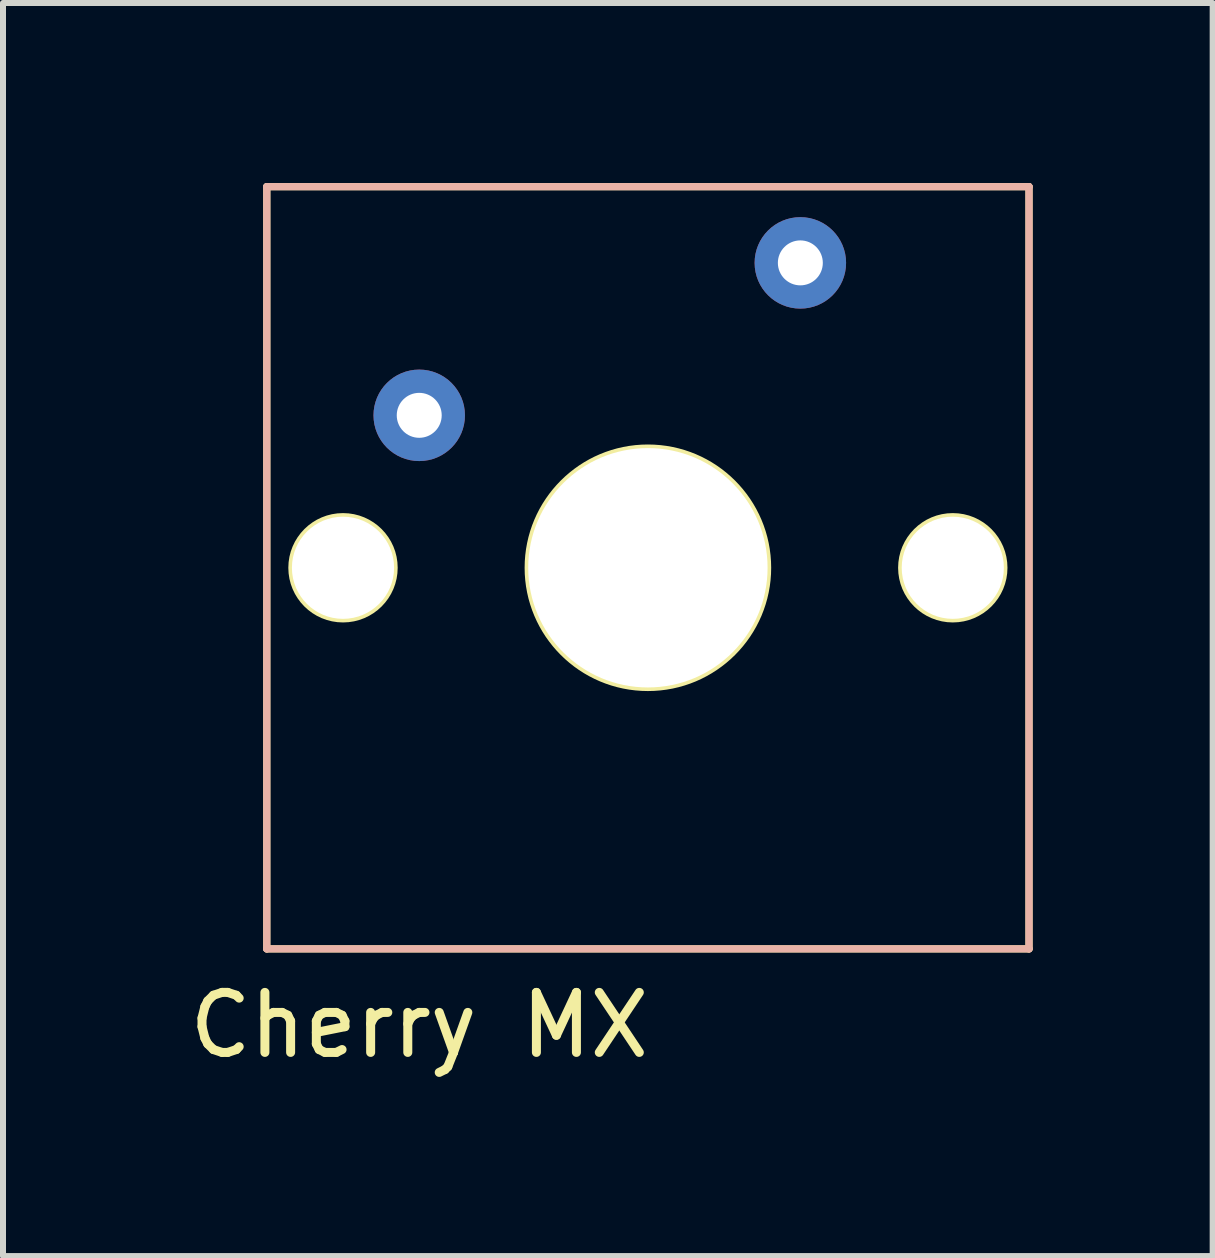
<source format=kicad_pcb>
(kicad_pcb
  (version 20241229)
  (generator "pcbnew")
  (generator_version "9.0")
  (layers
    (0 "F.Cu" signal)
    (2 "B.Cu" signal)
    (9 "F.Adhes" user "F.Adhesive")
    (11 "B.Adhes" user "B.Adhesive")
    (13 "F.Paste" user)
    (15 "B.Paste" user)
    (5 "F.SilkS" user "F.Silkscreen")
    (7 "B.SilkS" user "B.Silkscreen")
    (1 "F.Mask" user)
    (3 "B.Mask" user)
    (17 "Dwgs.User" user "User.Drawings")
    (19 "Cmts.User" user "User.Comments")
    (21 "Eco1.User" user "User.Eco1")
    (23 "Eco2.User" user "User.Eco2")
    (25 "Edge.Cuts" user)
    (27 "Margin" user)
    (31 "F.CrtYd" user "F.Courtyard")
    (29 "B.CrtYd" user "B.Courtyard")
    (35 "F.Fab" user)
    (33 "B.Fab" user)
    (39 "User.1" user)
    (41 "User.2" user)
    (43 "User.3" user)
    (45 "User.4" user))
  (footprint "Cherry MX"
    (layer "F.Cu")
    (at 7.745 6.41)
    (property "Reference" "Cherry MX" (at -3.81 7.62 0) (layer "F.SilkS") (effects (font (size 1 1) (thickness 0.15))))
    (attr through_hole)
    (fp_line (start -6.35 -6.35) (end -6.35 6.35) (stroke (width 0.12) (type solid)) (layer "F.SilkS"))
    (fp_line (start -6.35 6.35) (end 6.35 6.35) (stroke (width 0.12) (type solid)) (layer "F.SilkS"))
    (fp_line (start 6.35 -6.35) (end -6.35 -6.35) (stroke (width 0.12) (type solid)) (layer "F.SilkS"))
    (fp_line (start 6.35 6.35) (end 6.35 -6.35) (stroke (width 0.12) (type solid)) (layer "F.SilkS"))
    (fp_circle (center -5.08 0) (end -4.229 0) (stroke (width 0.12) (type solid)) (fill no) (layer "F.SilkS"))
    (fp_circle (center 0 0) (end 1.994 0) (stroke (width 0.12) (type solid)) (fill no) (layer "F.SilkS"))
    (fp_circle (center 5.08 0) (end 5.931 0) (stroke (width 0.12) (type solid)) (fill no) (layer "F.SilkS"))
    (fp_line (start -6.35 -6.35) (end -6.35 6.35) (stroke (width 0.12) (type solid)) (layer "B.SilkS"))
    (fp_line (start -6.35 6.35) (end 6.35 6.35) (stroke (width 0.12) (type solid)) (layer "B.SilkS"))
    (fp_line (start 6.35 -6.35) (end -6.35 -6.35) (stroke (width 0.12) (type solid)) (layer "B.SilkS"))
    (fp_line (start 6.35 6.35) (end 6.35 -6.35) (stroke (width 0.12) (type solid)) (layer "B.SilkS"))
    (pad "" thru_hole circle (at 0 0) (size 4.064 4.064) (drill 3.988) (layers "*.Cu" "*.Mask"))
    (pad "" thru_hole circle (at 5.08 0) (size 1.778 1.778) (drill 1.702) (layers "*.Cu" "*.Mask"))
    (pad "1" thru_hole circle (at -3.81 -2.54) (size 1.524 1.524) (drill 0.749) (layers "*.Cu" "*.Mask"))
    (pad "2" thru_hole circle (at 2.54 -5.08) (size 1.524 1.524) (drill 0.749) (layers "*.Cu" "*.Mask"))
    (pad "70" thru_hole circle (at -5.08 0) (size 1.778 1.778) (drill 1.702) (layers "*.Cu" "*.Mask")))
  (gr_rect
    (start -3 -3)
    (end 17.155 17.878)
    (stroke (width 0.1) (type default))
    (fill no)
    (layer "Edge.Cuts")))
</source>
